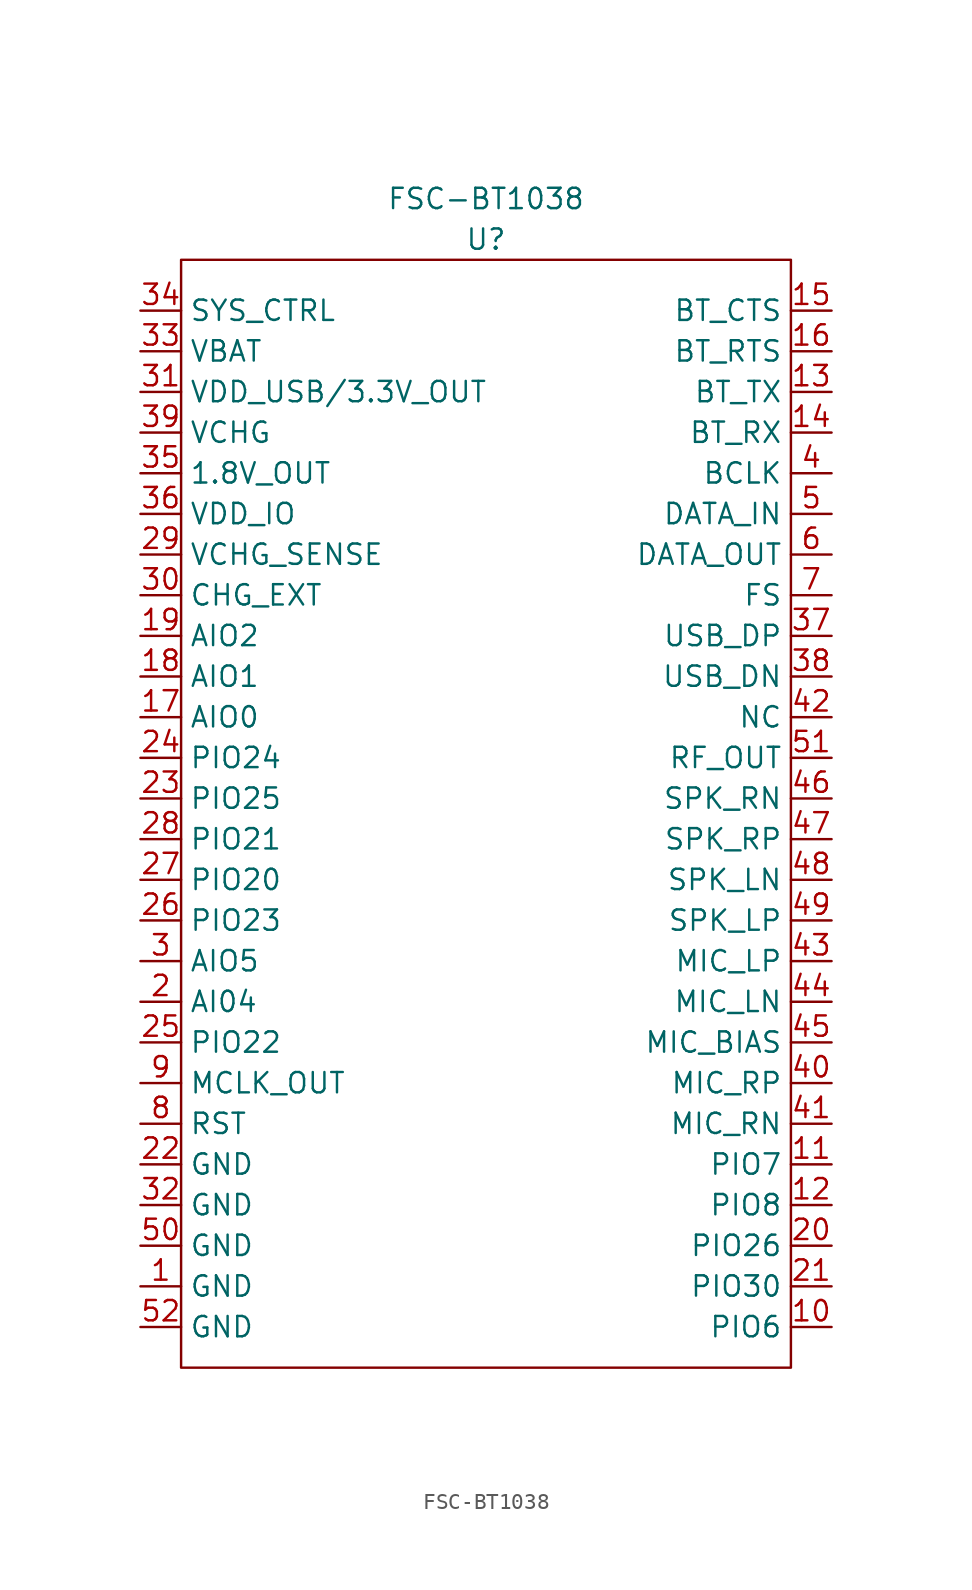
<source format=kicad_sym>
(kicad_symbol_lib
  (version 20241209)
  (generator "kicad_symbol_editor")
  (generator_version "9.0")
  (symbol "FSC-BT1038"
    (property "Reference" "U"
      (at 0 34.925 0)
      (effects (font (size 1.27 1.27))))
    (property "Value" "FSC-BT1038"
      (at 0 37.465 0)
      (effects (font (size 1.27 1.27))))
    (symbol "FSC-BT1038_0_1"
      (rectangle (start -19.05 33.655) (end 19.05 -35.56) (stroke (width 0) (type default)) (fill (type none))))
    (symbol "FSC-BT1038_1_1"
      (pin bidirectional line (at -21.59 30.48 0) (length 2.54) (name "SYS_CTRL" (effects (font (size 1.27 1.27)))) (number "34" (effects (font (size 1.27 1.27)))))
      (pin bidirectional line (at -21.59 27.94 0) (length 2.54) (name "VBAT" (effects (font (size 1.27 1.27)))) (number "33" (effects (font (size 1.27 1.27)))))
      (pin bidirectional line (at -21.59 25.4 0) (length 2.54) (name "VDD_USB/3.3V_OUT" (effects (font (size 1.27 1.27)))) (number "31" (effects (font (size 1.27 1.27)))))
      (pin bidirectional line (at -21.59 22.86 0) (length 2.54) (name "VCHG" (effects (font (size 1.27 1.27)))) (number "39" (effects (font (size 1.27 1.27)))))
      (pin bidirectional line (at -21.59 20.32 0) (length 2.54) (name "1.8V_OUT" (effects (font (size 1.27 1.27)))) (number "35" (effects (font (size 1.27 1.27)))))
      (pin bidirectional line (at -21.59 17.78 0) (length 2.54) (name "VDD_IO" (effects (font (size 1.27 1.27)))) (number "36" (effects (font (size 1.27 1.27)))))
      (pin bidirectional line (at -21.59 15.24 0) (length 2.54) (name "VCHG_SENSE" (effects (font (size 1.27 1.27)))) (number "29" (effects (font (size 1.27 1.27)))))
      (pin bidirectional line (at -21.59 12.7 0) (length 2.54) (name "CHG_EXT" (effects (font (size 1.27 1.27)))) (number "30" (effects (font (size 1.27 1.27)))))
      (pin bidirectional line (at -21.59 10.16 0) (length 2.54) (name "AIO2" (effects (font (size 1.27 1.27)))) (number "19" (effects (font (size 1.27 1.27)))))
      (pin bidirectional line (at -21.59 7.62 0) (length 2.54) (name "AIO1" (effects (font (size 1.27 1.27)))) (number "18" (effects (font (size 1.27 1.27)))))
      (pin bidirectional line (at -21.59 5.08 0) (length 2.54) (name "AIO0" (effects (font (size 1.27 1.27)))) (number "17" (effects (font (size 1.27 1.27)))))
      (pin bidirectional line (at -21.59 2.54 0) (length 2.54) (name "PIO24" (effects (font (size 1.27 1.27)))) (number "24" (effects (font (size 1.27 1.27)))))
      (pin bidirectional line (at -21.59 0 0) (length 2.54) (name "PIO25" (effects (font (size 1.27 1.27)))) (number "23" (effects (font (size 1.27 1.27)))))
      (pin bidirectional line (at -21.59 -2.54 0) (length 2.54) (name "PIO21" (effects (font (size 1.27 1.27)))) (number "28" (effects (font (size 1.27 1.27)))))
      (pin bidirectional line (at -21.59 -5.08 0) (length 2.54) (name "PIO20" (effects (font (size 1.27 1.27)))) (number "27" (effects (font (size 1.27 1.27)))))
      (pin bidirectional line (at -21.59 -7.62 0) (length 2.54) (name "PIO23" (effects (font (size 1.27 1.27)))) (number "26" (effects (font (size 1.27 1.27)))))
      (pin bidirectional line (at -21.59 -10.16 0) (length 2.54) (name "AIO5" (effects (font (size 1.27 1.27)))) (number "3" (effects (font (size 1.27 1.27)))))
      (pin bidirectional line (at -21.59 -12.7 0) (length 2.54) (name "AI04" (effects (font (size 1.27 1.27)))) (number "2" (effects (font (size 1.27 1.27)))))
      (pin bidirectional line (at -21.59 -15.24 0) (length 2.54) (name "PIO22" (effects (font (size 1.27 1.27)))) (number "25" (effects (font (size 1.27 1.27)))))
      (pin bidirectional line (at -21.59 -17.78 0) (length 2.54) (name "MCLK_OUT" (effects (font (size 1.27 1.27)))) (number "9" (effects (font (size 1.27 1.27)))))
      (pin bidirectional line (at -21.59 -20.32 0) (length 2.54) (name "RST" (effects (font (size 1.27 1.27)))) (number "8" (effects (font (size 1.27 1.27)))))
      (pin bidirectional line (at -21.59 -22.86 0) (length 2.54) (name "GND" (effects (font (size 1.27 1.27)))) (number "22" (effects (font (size 1.27 1.27)))))
      (pin bidirectional line (at -21.59 -25.4 0) (length 2.54) (name "GND" (effects (font (size 1.27 1.27)))) (number "32" (effects (font (size 1.27 1.27)))))
      (pin bidirectional line (at -21.59 -27.94 0) (length 2.54) (name "GND" (effects (font (size 1.27 1.27)))) (number "50" (effects (font (size 1.27 1.27)))))
      (pin bidirectional line (at -21.59 -30.48 0) (length 2.54) (name "GND" (effects (font (size 1.27 1.27)))) (number "1" (effects (font (size 1.27 1.27)))))
      (pin bidirectional line (at -21.59 -33.02 0) (length 2.54) (name "GND" (effects (font (size 1.27 1.27)))) (number "52" (effects (font (size 1.27 1.27)))))
      (pin bidirectional line (at 21.59 30.48 180) (length 2.54) (name "BT_CTS" (effects (font (size 1.27 1.27)))) (number "15" (effects (font (size 1.27 1.27)))))
      (pin bidirectional line (at 21.59 27.94 180) (length 2.54) (name "BT_RTS" (effects (font (size 1.27 1.27)))) (number "16" (effects (font (size 1.27 1.27)))))
      (pin bidirectional line (at 21.59 25.4 180) (length 2.54) (name "BT_TX" (effects (font (size 1.27 1.27)))) (number "13" (effects (font (size 1.27 1.27)))))
      (pin bidirectional line (at 21.59 22.86 180) (length 2.54) (name "BT_RX" (effects (font (size 1.27 1.27)))) (number "14" (effects (font (size 1.27 1.27)))))
      (pin bidirectional line (at 21.59 20.32 180) (length 2.54) (name "BCLK" (effects (font (size 1.27 1.27)))) (number "4" (effects (font (size 1.27 1.27)))))
      (pin bidirectional line (at 21.59 17.78 180) (length 2.54) (name "DATA_IN" (effects (font (size 1.27 1.27)))) (number "5" (effects (font (size 1.27 1.27)))))
      (pin bidirectional line (at 21.59 15.24 180) (length 2.54) (name "DATA_OUT" (effects (font (size 1.27 1.27)))) (number "6" (effects (font (size 1.27 1.27)))))
      (pin bidirectional line (at 21.59 12.7 180) (length 2.54) (name "FS" (effects (font (size 1.27 1.27)))) (number "7" (effects (font (size 1.27 1.27)))))
      (pin bidirectional line (at 21.59 10.16 180) (length 2.54) (name "USB_DP" (effects (font (size 1.27 1.27)))) (number "37" (effects (font (size 1.27 1.27)))))
      (pin bidirectional line (at 21.59 7.62 180) (length 2.54) (name "USB_DN" (effects (font (size 1.27 1.27)))) (number "38" (effects (font (size 1.27 1.27)))))
      (pin bidirectional line (at 21.59 5.08 180) (length 2.54) (name "NC" (effects (font (size 1.27 1.27)))) (number "42" (effects (font (size 1.27 1.27)))))
      (pin bidirectional line (at 21.59 2.54 180) (length 2.54) (name "RF_OUT" (effects (font (size 1.27 1.27)))) (number "51" (effects (font (size 1.27 1.27)))))
      (pin bidirectional line (at 21.59 0 180) (length 2.54) (name "SPK_RN" (effects (font (size 1.27 1.27)))) (number "46" (effects (font (size 1.27 1.27)))))
      (pin bidirectional line (at 21.59 -2.54 180) (length 2.54) (name "SPK_RP" (effects (font (size 1.27 1.27)))) (number "47" (effects (font (size 1.27 1.27)))))
      (pin bidirectional line (at 21.59 -5.08 180) (length 2.54) (name "SPK_LN" (effects (font (size 1.27 1.27)))) (number "48" (effects (font (size 1.27 1.27)))))
      (pin bidirectional line (at 21.59 -7.62 180) (length 2.54) (name "SPK_LP" (effects (font (size 1.27 1.27)))) (number "49" (effects (font (size 1.27 1.27)))))
      (pin bidirectional line (at 21.59 -10.16 180) (length 2.54) (name "MIC_LP" (effects (font (size 1.27 1.27)))) (number "43" (effects (font (size 1.27 1.27)))))
      (pin bidirectional line (at 21.59 -12.7 180) (length 2.54) (name "MIC_LN" (effects (font (size 1.27 1.27)))) (number "44" (effects (font (size 1.27 1.27)))))
      (pin bidirectional line (at 21.59 -15.24 180) (length 2.54) (name "MIC_BIAS" (effects (font (size 1.27 1.27)))) (number "45" (effects (font (size 1.27 1.27)))))
      (pin bidirectional line (at 21.59 -17.78 180) (length 2.54) (name "MIC_RP" (effects (font (size 1.27 1.27)))) (number "40" (effects (font (size 1.27 1.27)))))
      (pin bidirectional line (at 21.59 -20.32 180) (length 2.54) (name "MIC_RN" (effects (font (size 1.27 1.27)))) (number "41" (effects (font (size 1.27 1.27)))))
      (pin bidirectional line (at 21.59 -22.86 180) (length 2.54) (name "PIO7" (effects (font (size 1.27 1.27)))) (number "11" (effects (font (size 1.27 1.27)))))
      (pin bidirectional line (at 21.59 -25.4 180) (length 2.54) (name "PIO8" (effects (font (size 1.27 1.27)))) (number "12" (effects (font (size 1.27 1.27)))))
      (pin bidirectional line (at 21.59 -27.94 180) (length 2.54) (name "PIO26" (effects (font (size 1.27 1.27)))) (number "20" (effects (font (size 1.27 1.27)))))
      (pin bidirectional line (at 21.59 -30.48 180) (length 2.54) (name "PIO30" (effects (font (size 1.27 1.27)))) (number "21" (effects (font (size 1.27 1.27)))))
      (pin bidirectional line (at 21.59 -33.02 180) (length 2.54) (name "PIO6" (effects (font (size 1.27 1.27)))) (number "10" (effects (font (size 1.27 1.27))))))))
</source>
